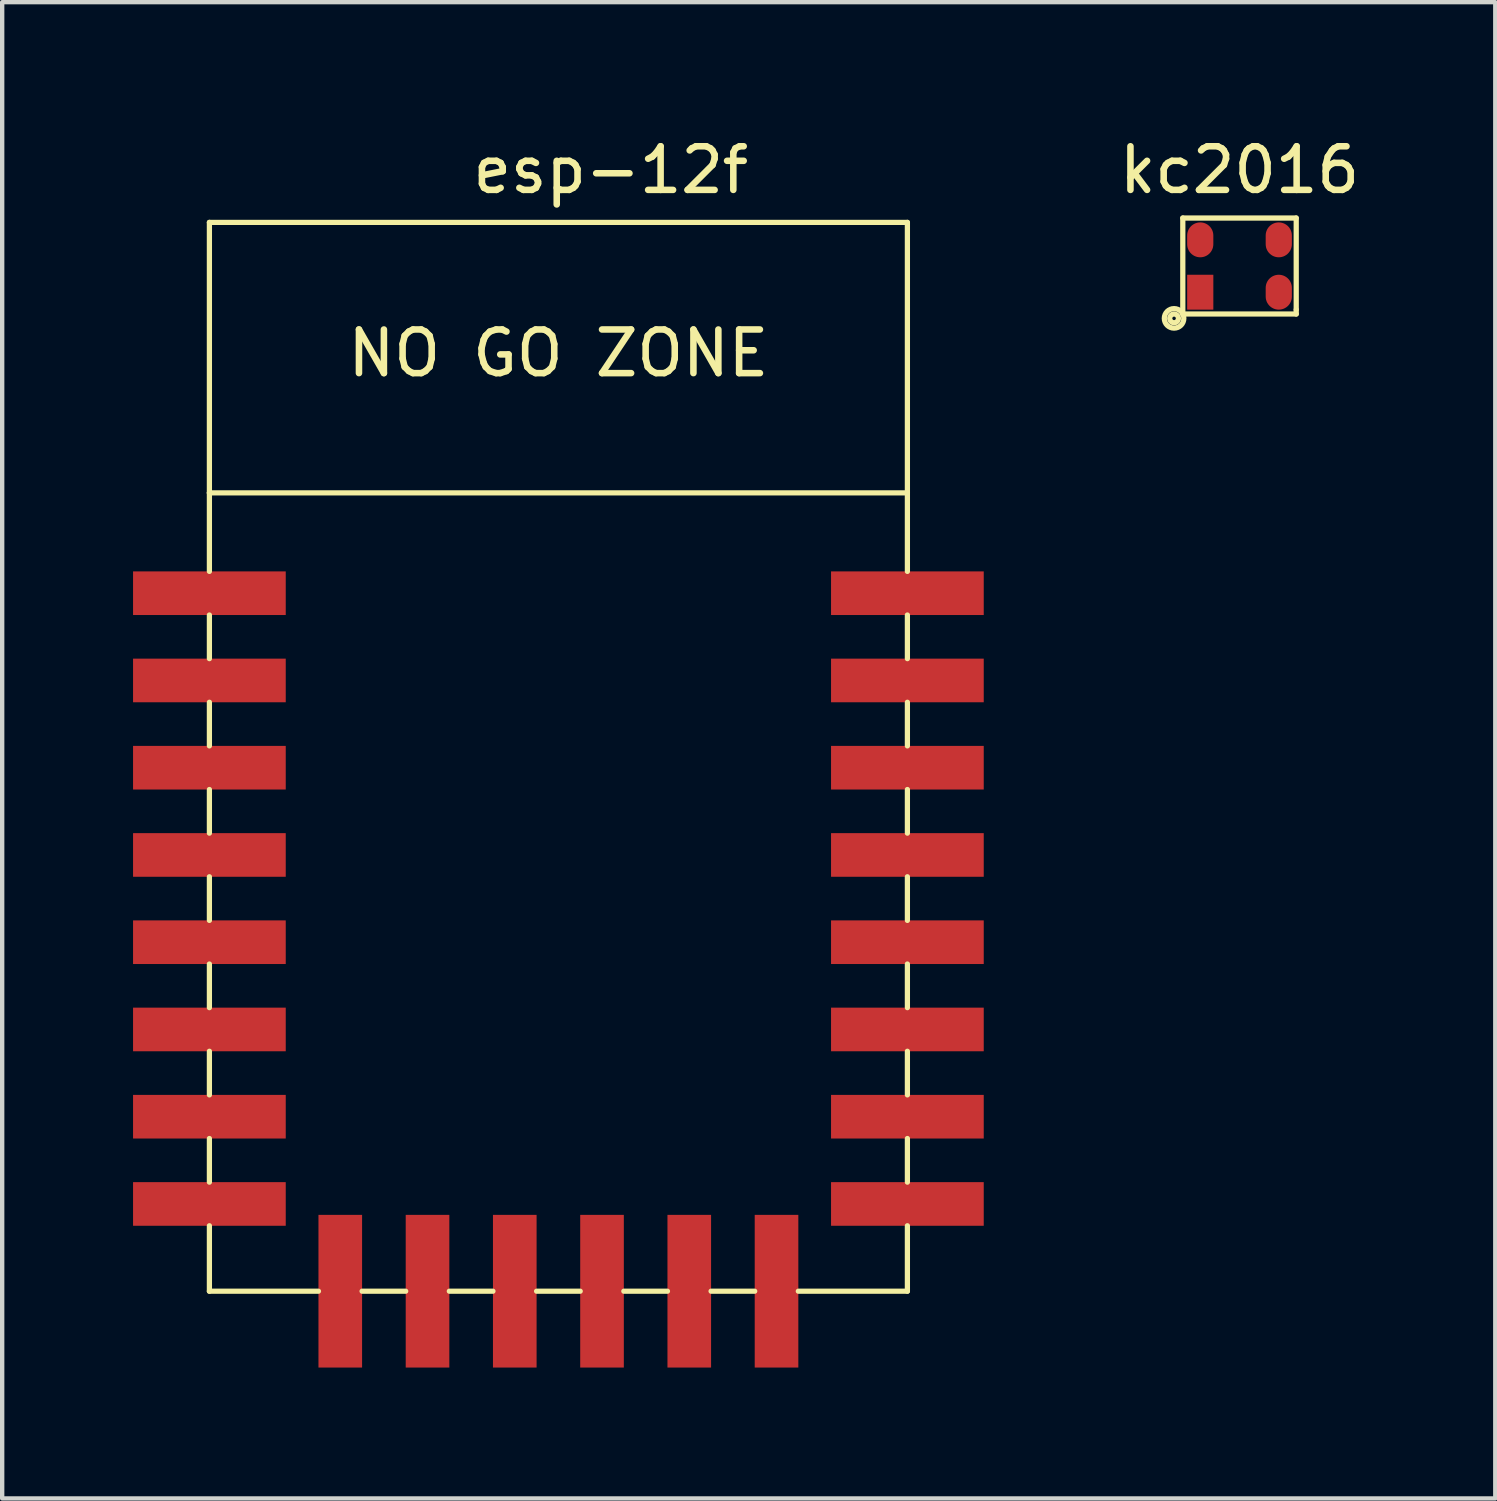
<source format=kicad_pcb>
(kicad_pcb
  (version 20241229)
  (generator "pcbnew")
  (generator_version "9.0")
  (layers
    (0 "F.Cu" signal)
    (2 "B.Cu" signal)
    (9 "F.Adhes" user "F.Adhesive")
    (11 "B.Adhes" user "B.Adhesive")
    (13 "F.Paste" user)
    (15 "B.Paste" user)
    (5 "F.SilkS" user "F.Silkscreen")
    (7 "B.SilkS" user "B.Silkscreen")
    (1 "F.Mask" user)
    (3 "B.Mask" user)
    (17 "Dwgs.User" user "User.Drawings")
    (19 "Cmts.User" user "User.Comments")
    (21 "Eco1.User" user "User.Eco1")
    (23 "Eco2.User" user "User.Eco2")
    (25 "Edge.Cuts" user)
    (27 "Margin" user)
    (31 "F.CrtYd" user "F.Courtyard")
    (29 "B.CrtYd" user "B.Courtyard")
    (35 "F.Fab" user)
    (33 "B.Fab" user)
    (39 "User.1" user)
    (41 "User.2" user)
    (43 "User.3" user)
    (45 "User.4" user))
  (footprint "kc2016"
    (layer "F.Cu")
    (at 24.763 2.048)
    (property "Reference" "kc2016" (at 0.6 -1.2 0) (layer "F.SilkS") (effects (font (size 1 1) (thickness 0.15))))
    (attr through_hole)
    (fp_line (start -0.7 -0.1) (end 1.9 -0.1) (stroke (width 0.12) (type solid)) (layer "F.SilkS"))
    (fp_line (start -0.7 2.1) (end -0.7 -0.1) (stroke (width 0.12) (type solid)) (layer "F.SilkS"))
    (fp_line (start -0.7 2.1) (end 1.9 2.1) (stroke (width 0.12) (type solid)) (layer "F.SilkS"))
    (fp_line (start 1.9 -0.1) (end 1.9 2) (stroke (width 0.12) (type solid)) (layer "F.SilkS"))
    (fp_line (start 1.9 2.1) (end 1.9 2) (stroke (width 0.12) (type solid)) (layer "F.SilkS"))
    (fp_circle (center -0.9 2.2) (end -1.1 2.1) (stroke (width 0.12) (type solid)) (fill no) (layer "F.SilkS"))
    (fp_circle (center -0.9 2.2) (end -1 2.2) (stroke (width 0.12) (type solid)) (fill no) (layer "F.SilkS"))
    (pad "1" smd rect (at -0.3 1.6) (size 0.6 0.8) (layers "F.Cu" "F.Mask" "F.Paste"))
    (pad "2" smd oval (at 1.5 1.6) (size 0.6 0.8) (layers "F.Cu" "F.Mask" "F.Paste"))
    (pad "3" smd oval (at 1.5 0.4) (size 0.6 0.8) (layers "F.Cu" "F.Mask" "F.Paste"))
    (pad "4" smd oval (at -0.3 0.4) (size 0.6 0.8) (layers "F.Cu" "F.Mask" "F.Paste")))
  (footprint "esp-12f"
    (layer "F.Cu")
    (at 1.75 2.048)
    (property "Reference" "esp-12f" (at 9.2 -1.2 0) (layer "F.SilkS") (effects (font (size 1 1) (thickness 0.15))))
    (attr through_hole)
    (fp_line (start 0 0) (end 0 6.2) (stroke (width 0.12) (type solid)) (layer "F.SilkS"))
    (fp_line (start 0 0) (end 16 0) (stroke (width 0.12) (type solid)) (layer "F.SilkS"))
    (fp_line (start 0 6.2) (end 16 6.2) (stroke (width 0.12) (type solid)) (layer "F.SilkS"))
    (fp_line (start 0 8) (end 0 6.2) (stroke (width 0.12) (type solid)) (layer "F.SilkS"))
    (fp_line (start 0 10) (end 0 9) (stroke (width 0.12) (type solid)) (layer "F.SilkS"))
    (fp_line (start 0 12) (end 0 11) (stroke (width 0.12) (type solid)) (layer "F.SilkS"))
    (fp_line (start 0 14) (end 0 13) (stroke (width 0.12) (type solid)) (layer "F.SilkS"))
    (fp_line (start 0 16) (end 0 15) (stroke (width 0.12) (type solid)) (layer "F.SilkS"))
    (fp_line (start 0 18) (end 0 17) (stroke (width 0.12) (type solid)) (layer "F.SilkS"))
    (fp_line (start 0 20) (end 0 19) (stroke (width 0.12) (type solid)) (layer "F.SilkS"))
    (fp_line (start 0 22) (end 0 21) (stroke (width 0.12) (type solid)) (layer "F.SilkS"))
    (fp_line (start 0 24.5) (end 0 23) (stroke (width 0.12) (type solid)) (layer "F.SilkS"))
    (fp_line (start 2.5 24.5) (end 0 24.5) (stroke (width 0.12) (type solid)) (layer "F.SilkS"))
    (fp_line (start 4.5 24.5) (end 3.5 24.5) (stroke (width 0.12) (type solid)) (layer "F.SilkS"))
    (fp_line (start 6.5 24.5) (end 5.5 24.5) (stroke (width 0.12) (type solid)) (layer "F.SilkS"))
    (fp_line (start 8.5 24.5) (end 7.5 24.5) (stroke (width 0.12) (type solid)) (layer "F.SilkS"))
    (fp_line (start 10.5 24.5) (end 9.5 24.5) (stroke (width 0.12) (type solid)) (layer "F.SilkS"))
    (fp_line (start 12.5 24.5) (end 11.5 24.5) (stroke (width 0.12) (type solid)) (layer "F.SilkS"))
    (fp_line (start 16 0) (end 16 6.2) (stroke (width 0.12) (type solid)) (layer "F.SilkS"))
    (fp_line (start 16 6.2) (end 16 8) (stroke (width 0.12) (type solid)) (layer "F.SilkS"))
    (fp_line (start 16 9) (end 16 10) (stroke (width 0.12) (type solid)) (layer "F.SilkS"))
    (fp_line (start 16 11) (end 16 12) (stroke (width 0.12) (type solid)) (layer "F.SilkS"))
    (fp_line (start 16 13) (end 16 14) (stroke (width 0.12) (type solid)) (layer "F.SilkS"))
    (fp_line (start 16 15) (end 16 16) (stroke (width 0.12) (type solid)) (layer "F.SilkS"))
    (fp_line (start 16 17) (end 16 18) (stroke (width 0.12) (type solid)) (layer "F.SilkS"))
    (fp_line (start 16 19) (end 16 20) (stroke (width 0.12) (type solid)) (layer "F.SilkS"))
    (fp_line (start 16 21) (end 16 22) (stroke (width 0.12) (type solid)) (layer "F.SilkS"))
    (fp_line (start 16 24.5) (end 13.5 24.5) (stroke (width 0.12) (type solid)) (layer "F.SilkS"))
    (fp_line (start 16 24.5) (end 16 23) (stroke (width 0.12) (type solid)) (layer "F.SilkS"))
    (fp_text user "NO GO ZONE" (at 8 3 0) (layer "F.SilkS") (effects (font (size 1 1) (thickness 0.15))))
    (pad "1" smd rect (at 16 8.5 270) (size 1 3.5) (layers "F.Cu" "F.Mask" "F.Paste"))
    (pad "2" smd rect (at 16 10.5 270) (size 1 3.5) (layers "F.Cu" "F.Mask" "F.Paste"))
    (pad "3" smd rect (at 16 12.5 270) (size 1 3.5) (layers "F.Cu" "F.Mask" "F.Paste"))
    (pad "4" smd rect (at 16 14.5 270) (size 1 3.5) (layers "F.Cu" "F.Mask" "F.Paste"))
    (pad "5" smd rect (at 16 16.5 270) (size 1 3.5) (layers "F.Cu" "F.Mask" "F.Paste"))
    (pad "6" smd rect (at 16 18.5 270) (size 1 3.5) (layers "F.Cu" "F.Mask" "F.Paste"))
    (pad "7" smd rect (at 16 20.5 270) (size 1 3.5) (layers "F.Cu" "F.Mask" "F.Paste"))
    (pad "8" smd rect (at 16 22.5 270) (size 1 3.5) (layers "F.Cu" "F.Mask" "F.Paste"))
    (pad "9" smd rect (at 13 24.5) (size 1 3.5) (layers "F.Cu" "F.Mask" "F.Paste"))
    (pad "10" smd rect (at 11 24.5) (size 1 3.5) (layers "F.Cu" "F.Mask" "F.Paste"))
    (pad "11" smd rect (at 9 24.5) (size 1 3.5) (layers "F.Cu" "F.Mask" "F.Paste"))
    (pad "12" smd rect (at 7 24.5) (size 1 3.5) (layers "F.Cu" "F.Mask" "F.Paste"))
    (pad "13" smd rect (at 5 24.5) (size 1 3.5) (layers "F.Cu" "F.Mask" "F.Paste"))
    (pad "14" smd rect (at 3 24.5) (size 1 3.5) (layers "F.Cu" "F.Mask" "F.Paste"))
    (pad "15" smd rect (at 0 22.5 90) (size 1 3.5) (layers "F.Cu" "F.Mask" "F.Paste"))
    (pad "16" smd rect (at 0 20.5 90) (size 1 3.5) (layers "F.Cu" "F.Mask" "F.Paste"))
    (pad "17" smd rect (at 0 18.5 90) (size 1 3.5) (layers "F.Cu" "F.Mask" "F.Paste"))
    (pad "18" smd rect (at 0 16.5 90) (size 1 3.5) (layers "F.Cu" "F.Mask" "F.Paste"))
    (pad "19" smd rect (at 0 14.5 90) (size 1 3.5) (layers "F.Cu" "F.Mask" "F.Paste"))
    (pad "20" smd rect (at 0 12.5 90) (size 1 3.5) (layers "F.Cu" "F.Mask" "F.Paste"))
    (pad "21" smd rect (at 0 10.5 90) (size 1 3.5) (layers "F.Cu" "F.Mask" "F.Paste"))
    (pad "22" smd rect (at 0 8.5 90) (size 1 3.5) (layers "F.Cu" "F.Mask" "F.Paste")))
  (gr_rect
    (start -3 -3)
    (end 31.226 31.298)
    (stroke (width 0.1) (type default))
    (fill no)
    (layer "Edge.Cuts")))
</source>
